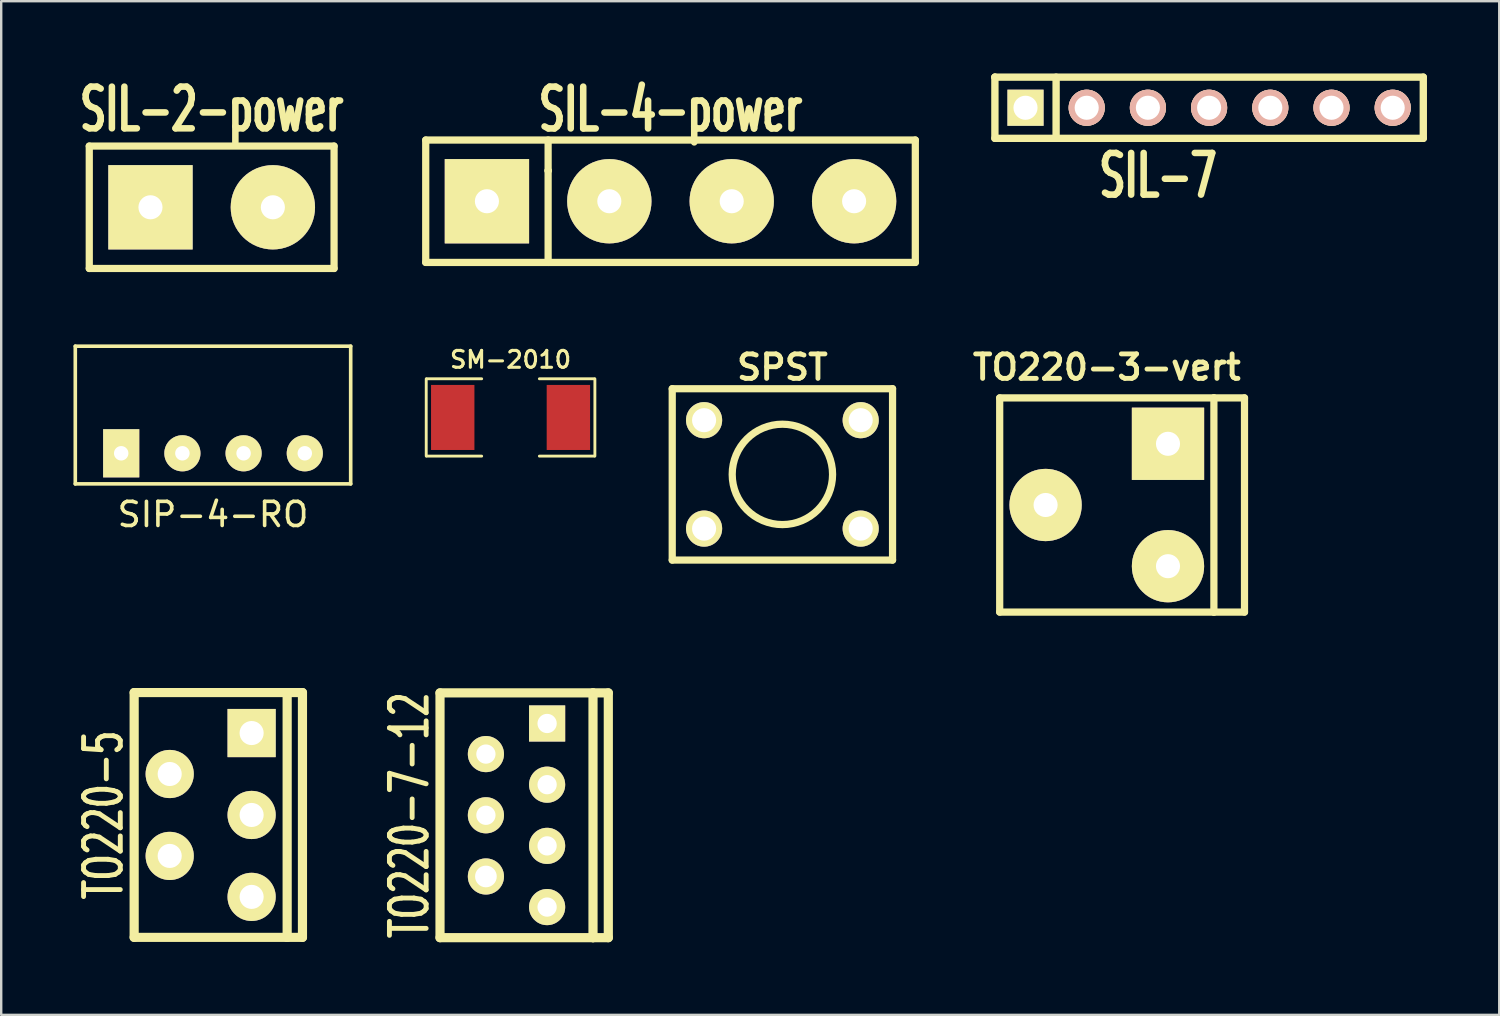
<source format=kicad_pcb>
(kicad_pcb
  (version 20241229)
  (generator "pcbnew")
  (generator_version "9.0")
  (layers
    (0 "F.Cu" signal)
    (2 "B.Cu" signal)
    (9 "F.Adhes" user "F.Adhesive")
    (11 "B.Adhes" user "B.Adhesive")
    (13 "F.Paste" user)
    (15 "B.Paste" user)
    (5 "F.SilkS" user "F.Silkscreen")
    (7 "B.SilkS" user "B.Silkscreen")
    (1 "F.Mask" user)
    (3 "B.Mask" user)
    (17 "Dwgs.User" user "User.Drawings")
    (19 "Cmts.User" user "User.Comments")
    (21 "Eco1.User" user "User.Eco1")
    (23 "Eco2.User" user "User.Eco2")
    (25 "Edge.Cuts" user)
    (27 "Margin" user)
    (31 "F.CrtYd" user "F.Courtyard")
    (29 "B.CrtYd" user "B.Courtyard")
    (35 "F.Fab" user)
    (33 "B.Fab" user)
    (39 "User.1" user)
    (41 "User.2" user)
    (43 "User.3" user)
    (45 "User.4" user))
  (footprint "SIL-2-power"
    (layer "F.Cu")
    (at 5.735 5.553)
    (property "Reference" "SIL-2-power" (at 0 -4.064 0) (layer "F.SilkS") (effects (font (size 1.73 1.087) (thickness 0.305))))
    (attr through_hole)
    (fp_line (start -5.08 -2.54) (end 5.08 -2.54) (stroke (width 0.3) (type solid)) (layer "F.SilkS"))
    (fp_line (start -5.08 2.54) (end -5.08 -2.54) (stroke (width 0.3) (type solid)) (layer "F.SilkS"))
    (fp_line (start 5.08 -2.54) (end 5.08 2.54) (stroke (width 0.3) (type solid)) (layer "F.SilkS"))
    (fp_line (start 5.08 2.54) (end -5.08 2.54) (stroke (width 0.3) (type solid)) (layer "F.SilkS"))
    (pad "1" thru_hole rect (at -2.54 0) (size 3.5 3.5) (drill 1) (layers "*.Cu" "*.Mask" "F.SilkS"))
    (pad "2" thru_hole circle (at 2.54 0) (size 3.5 3.5) (drill 1) (layers "*.Cu" "*.Mask" "F.SilkS")))
  (footprint "TO220-5"
    (layer "F.Cu")
    (at 5.693 30.774)
    (property "Reference" "TO220-5" (at -4.445 0 90) (layer "F.SilkS") (effects (font (size 1.524 1.016) (thickness 0.203))))
    (attr through_hole)
    (fp_line (start -3.175 -5.08) (end 3.175 -5.08) (stroke (width 0.381) (type solid)) (layer "F.SilkS"))
    (fp_line (start -3.175 5.08) (end -3.175 -5.08) (stroke (width 0.381) (type solid)) (layer "F.SilkS"))
    (fp_line (start 3.175 -5.08) (end 3.175 5.08) (stroke (width 0.381) (type solid)) (layer "F.SilkS"))
    (fp_line (start 3.175 -5.08) (end 3.81 -5.08) (stroke (width 0.381) (type solid)) (layer "F.SilkS"))
    (fp_line (start 3.175 5.08) (end -3.175 5.08) (stroke (width 0.381) (type solid)) (layer "F.SilkS"))
    (fp_line (start 3.81 -5.08) (end 3.81 5.08) (stroke (width 0.381) (type solid)) (layer "F.SilkS"))
    (fp_line (start 3.81 5.08) (end 3.175 5.08) (stroke (width 0.381) (type solid)) (layer "F.SilkS"))
    (pad "1" thru_hole rect (at 1.7 -3.4) (size 2 2) (drill 1) (layers "*.Cu" "*.Mask" "F.SilkS"))
    (pad "2" thru_hole circle (at -1.7 -1.7) (size 2 2) (drill 1) (layers "*.Cu" "*.Mask" "F.SilkS"))
    (pad "3" thru_hole circle (at 1.7 0) (size 2 2) (drill 1) (layers "*.Cu" "*.Mask" "F.SilkS"))
    (pad "4" thru_hole circle (at -1.7 1.7) (size 2 2) (drill 1) (layers "*.Cu" "*.Mask" "F.SilkS"))
    (pad "5" thru_hole circle (at 1.7 3.4) (size 2 2) (drill 1) (layers "*.Cu" "*.Mask" "F.SilkS")))
  (footprint "TO220-7-12"
    (layer "F.Cu")
    (at 18.387 30.787)
    (property "Reference" "TO220-7-12" (at -4.445 0 90) (layer "F.SilkS") (effects (font (size 1.524 1.016) (thickness 0.203))))
    (attr through_hole)
    (fp_line (start -3.175 -5.08) (end 3.175 -5.08) (stroke (width 0.381) (type solid)) (layer "F.SilkS"))
    (fp_line (start -3.175 5.08) (end -3.175 -5.08) (stroke (width 0.381) (type solid)) (layer "F.SilkS"))
    (fp_line (start 3.175 -5.08) (end 3.175 5.08) (stroke (width 0.381) (type solid)) (layer "F.SilkS"))
    (fp_line (start 3.175 -5.08) (end 3.81 -5.08) (stroke (width 0.381) (type solid)) (layer "F.SilkS"))
    (fp_line (start 3.175 5.08) (end -3.175 5.08) (stroke (width 0.381) (type solid)) (layer "F.SilkS"))
    (fp_line (start 3.81 -5.08) (end 3.81 5.08) (stroke (width 0.381) (type solid)) (layer "F.SilkS"))
    (fp_line (start 3.81 5.08) (end 3.175 5.08) (stroke (width 0.381) (type solid)) (layer "F.SilkS"))
    (pad "1" thru_hole rect (at 1.27 -3.81) (size 1.5 1.5) (drill 0.8) (layers "*.Cu" "*.Mask" "F.SilkS"))
    (pad "2" thru_hole circle (at -1.27 -2.54) (size 1.5 1.5) (drill 0.8) (layers "*.Cu" "*.Mask" "F.SilkS"))
    (pad "3" thru_hole circle (at 1.27 -1.27) (size 1.5 1.5) (drill 0.8) (layers "*.Cu" "*.Mask" "F.SilkS"))
    (pad "4" thru_hole circle (at -1.27 0) (size 1.5 1.5) (drill 0.8) (layers "*.Cu" "*.Mask" "F.SilkS"))
    (pad "5" thru_hole circle (at 1.27 1.27) (size 1.5 1.5) (drill 0.8) (layers "*.Cu" "*.Mask" "F.SilkS"))
    (pad "6" thru_hole circle (at -1.27 2.54) (size 1.5 1.5) (drill 0.9) (layers "*.Cu" "*.Mask" "F.SilkS"))
    (pad "7" thru_hole circle (at 1.27 3.81) (size 1.5 1.5) (drill 0.8) (layers "*.Cu" "*.Mask" "F.SilkS")))
  (footprint "SIL-7"
    (layer "F.Cu")
    (at 47.132 1.422)
    (property "Reference" "SIL-7" (at -2.121 2.819 0) (layer "F.SilkS") (effects (font (size 1.73 1.087) (thickness 0.272))))
    (attr through_hole)
    (fp_line (start -8.89 -1.27) (end -8.89 -1.27) (stroke (width 0.305) (type solid)) (layer "F.SilkS"))
    (fp_line (start -8.89 -1.27) (end 8.89 -1.27) (stroke (width 0.305) (type solid)) (layer "F.SilkS"))
    (fp_line (start -8.89 1.27) (end -8.89 -1.27) (stroke (width 0.305) (type solid)) (layer "F.SilkS"))
    (fp_line (start -6.35 1.27) (end -6.35 -1.27) (stroke (width 0.305) (type solid)) (layer "F.SilkS"))
    (fp_line (start -6.35 1.27) (end -6.35 1.27) (stroke (width 0.305) (type solid)) (layer "F.SilkS"))
    (fp_line (start 8.89 -1.27) (end 8.89 1.27) (stroke (width 0.305) (type solid)) (layer "F.SilkS"))
    (fp_line (start 8.89 1.27) (end -8.89 1.27) (stroke (width 0.305) (type solid)) (layer "F.SilkS"))
    (pad "1" thru_hole rect (at -7.62 0) (size 1.5 1.5) (drill 1) (layers "*.Cu" "*.Mask" "F.SilkS"))
    (pad "2" thru_hole circle (at -5.08 0) (size 1.5 1.5) (drill 1) (layers "*.Cu" "*.SilkS" "*.Mask"))
    (pad "3" thru_hole circle (at -2.54 0) (size 1.5 1.5) (drill 1) (layers "*.Cu" "*.SilkS" "*.Mask"))
    (pad "4" thru_hole circle (at 0 0) (size 1.5 1.5) (drill 1) (layers "*.Cu" "*.SilkS" "*.Mask"))
    (pad "5" thru_hole circle (at 2.54 0) (size 1.5 1.5) (drill 1) (layers "*.Cu" "*.SilkS" "*.Mask"))
    (pad "6" thru_hole circle (at 5.08 0) (size 1.5 1.5) (drill 1) (layers "*.Cu" "*.SilkS" "*.Mask"))
    (pad "7" thru_hole circle (at 7.62 0) (size 1.5 1.5) (drill 1) (layers "*.Cu" "*.SilkS" "*.Mask")))
  (footprint "SPST"
    (layer "F.Cu")
    (at 29.422 16.639)
    (property "Reference" "SPST" (at 0 -4.445 0) (layer "F.SilkS") (effects (font (size 1.016 1.016) (thickness 0.203))))
    (attr through_hole)
    (fp_line (start -4.572 -3.556) (end -4.572 3.556) (stroke (width 0.3) (type solid)) (layer "F.SilkS"))
    (fp_line (start -4.572 -3.556) (end 4.572 -3.556) (stroke (width 0.3) (type solid)) (layer "F.SilkS"))
    (fp_line (start -4.572 3.556) (end 4.572 3.556) (stroke (width 0.3) (type solid)) (layer "F.SilkS"))
    (fp_line (start 4.572 -3.556) (end 4.572 3.556) (stroke (width 0.3) (type solid)) (layer "F.SilkS"))
    (fp_circle (center 0 0) (end 1.27 1.651) (stroke (width 0.3) (type solid)) (fill no) (layer "F.SilkS"))
    (pad "1" thru_hole circle (at -3.25 -2.25) (size 1.5 1.5) (drill 1) (layers "*.Cu" "*.Mask" "F.SilkS"))
    (pad "1" thru_hole circle (at 3.25 -2.25) (size 1.5 1.5) (drill 1) (layers "*.Cu" "*.Mask" "F.SilkS"))
    (pad "2" thru_hole circle (at -3.25 2.25) (size 1.5 1.5) (drill 1) (layers "*.Cu" "*.Mask" "F.SilkS"))
    (pad "2" thru_hole circle (at 3.25 2.25) (size 1.5 1.5) (drill 1) (layers "*.Cu" "*.Mask" "F.SilkS")))
  (footprint "SIP-4-RO"
    (layer "F.Cu")
    (at 5.79 15.763)
    (property "Reference" "SIP-4-RO" (at 0 2.54 0) (layer "F.SilkS") (effects (font (size 1 1) (thickness 0.15))))
    (attr through_hole)
    (fp_line (start -5.715 -4.445) (end 5.715 -4.445) (stroke (width 0.15) (type solid)) (layer "F.SilkS"))
    (fp_line (start -5.715 1.27) (end -5.715 -4.445) (stroke (width 0.15) (type solid)) (layer "F.SilkS"))
    (fp_line (start 5.715 -4.445) (end 5.715 1.27) (stroke (width 0.15) (type solid)) (layer "F.SilkS"))
    (fp_line (start 5.715 1.27) (end -5.715 1.27) (stroke (width 0.15) (type solid)) (layer "F.SilkS"))
    (pad "1" thru_hole rect (at -3.81 0) (size 1.5 2) (drill 0.6) (layers "*.Cu" "*.Mask" "F.SilkS"))
    (pad "2" thru_hole circle (at -1.27 0) (size 1.5 1.5) (drill 0.6) (layers "*.Cu" "*.Mask" "F.SilkS"))
    (pad "3" thru_hole circle (at 1.27 0) (size 1.5 1.5) (drill 0.6) (layers "*.Cu" "*.Mask" "F.SilkS"))
    (pad "4" thru_hole circle (at 3.81 0) (size 1.5 1.5) (drill 0.6) (layers "*.Cu" "*.Mask" "F.SilkS")))
  (footprint "TO220-3-vert"
    (layer "F.Cu")
    (at 42.886 17.909)
    (property "Reference" "TO220-3-vert" (at 0 -5.715 0) (layer "F.SilkS") (effects (font (size 1.016 1.016) (thickness 0.203))))
    (attr through_hole)
    (fp_line (start -4.445 -4.445) (end -4.445 4.445) (stroke (width 0.3) (type solid)) (layer "F.SilkS"))
    (fp_line (start -4.445 4.445) (end 4.445 4.445) (stroke (width 0.3) (type solid)) (layer "F.SilkS"))
    (fp_line (start 4.445 -4.445) (end -4.445 -4.445) (stroke (width 0.3) (type solid)) (layer "F.SilkS"))
    (fp_line (start 4.445 -4.445) (end 5.715 -4.445) (stroke (width 0.3) (type solid)) (layer "F.SilkS"))
    (fp_line (start 4.445 4.445) (end 4.445 -4.445) (stroke (width 0.3) (type solid)) (layer "F.SilkS"))
    (fp_line (start 5.715 -4.445) (end 5.715 4.445) (stroke (width 0.3) (type solid)) (layer "F.SilkS"))
    (fp_line (start 5.715 4.445) (end 4.445 4.445) (stroke (width 0.3) (type solid)) (layer "F.SilkS"))
    (pad "1" thru_hole rect (at 2.54 -2.54) (size 3 3) (drill 1) (layers "*.Cu" "*.Mask" "F.SilkS"))
    (pad "2" thru_hole circle (at -2.54 0) (size 3 3) (drill 1) (layers "*.Cu" "*.Mask" "F.SilkS"))
    (pad "3" thru_hole circle (at 2.54 2.54) (size 3 3) (drill 1) (layers "*.Cu" "*.Mask" "F.SilkS")))
  (footprint "SM-2010"
    (layer "F.Cu")
    (at 18.14 14.276)
    (property "Reference" "SM-2010" (at 0 -2.4 0) (layer "F.SilkS") (effects (font (size 0.701 0.701) (thickness 0.127))))
    (attr smd)
    (fp_line (start -3.5 -1.6) (end -3.5 1.6) (stroke (width 0.119) (type solid)) (layer "F.SilkS"))
    (fp_line (start -3.485 1.605) (end -1.199 1.605) (stroke (width 0.119) (type solid)) (layer "F.SilkS"))
    (fp_line (start -1.199 -1.605) (end -3.485 -1.605) (stroke (width 0.119) (type solid)) (layer "F.SilkS"))
    (fp_line (start 1.196 1.605) (end 3.482 1.605) (stroke (width 0.119) (type solid)) (layer "F.SilkS"))
    (fp_line (start 3.482 -1.605) (end 1.196 -1.605) (stroke (width 0.119) (type solid)) (layer "F.SilkS"))
    (fp_line (start 3.5 -1.6) (end 3.5 1.6) (stroke (width 0.119) (type solid)) (layer "F.SilkS"))
    (pad "1" smd rect (at -2.4 0) (size 1.801 2.7) (layers "F.Cu" "F.Mask" "F.Paste"))
    (pad "2" smd rect (at 2.4 0) (size 1.801 2.7) (layers "F.Cu" "F.Mask" "F.Paste")))
  (footprint "SIL-4-power"
    (layer "F.Cu")
    (at 24.779 5.302)
    (property "Reference" "SIL-4-power" (at 0 -3.81 0) (layer "F.SilkS") (effects (font (size 1.735 1.087) (thickness 0.305))))
    (attr through_hole)
    (fp_line (start -10.16 -2.54) (end -10.16 2.54) (stroke (width 0.3) (type solid)) (layer "F.SilkS"))
    (fp_line (start -10.16 2.54) (end 10.16 2.54) (stroke (width 0.3) (type solid)) (layer "F.SilkS"))
    (fp_line (start -5.08 -2.54) (end -5.08 2.54) (stroke (width 0.3) (type solid)) (layer "F.SilkS"))
    (fp_line (start -5.08 -1.27) (end -5.08 -1.27) (stroke (width 0.305) (type solid)) (layer "F.SilkS"))
    (fp_line (start -5.08 -1.27) (end -5.08 -1.27) (stroke (width 0.305) (type solid)) (layer "F.SilkS"))
    (fp_line (start 10.16 -2.54) (end -10.16 -2.54) (stroke (width 0.3) (type solid)) (layer "F.SilkS"))
    (fp_line (start 10.16 2.54) (end 10.16 -2.54) (stroke (width 0.3) (type solid)) (layer "F.SilkS"))
    (pad "1" thru_hole rect (at -7.62 0) (size 3.5 3.5) (drill 1) (layers "*.Cu" "*.Mask" "F.SilkS"))
    (pad "2" thru_hole circle (at -2.54 0) (size 3.5 3.5) (drill 1) (layers "*.Cu" "*.Mask" "F.SilkS"))
    (pad "3" thru_hole circle (at 2.54 0) (size 3.5 3.5) (drill 1) (layers "*.Cu" "*.Mask" "F.SilkS"))
    (pad "4" thru_hole circle (at 7.62 0) (size 3.5 3.5) (drill 1) (layers "*.Cu" "*.Mask" "F.SilkS")))
  (gr_rect
    (start -3 -3)
    (end 59.174 39.07)
    (stroke (width 0.1) (type default))
    (fill no)
    (layer "Edge.Cuts")))
</source>
